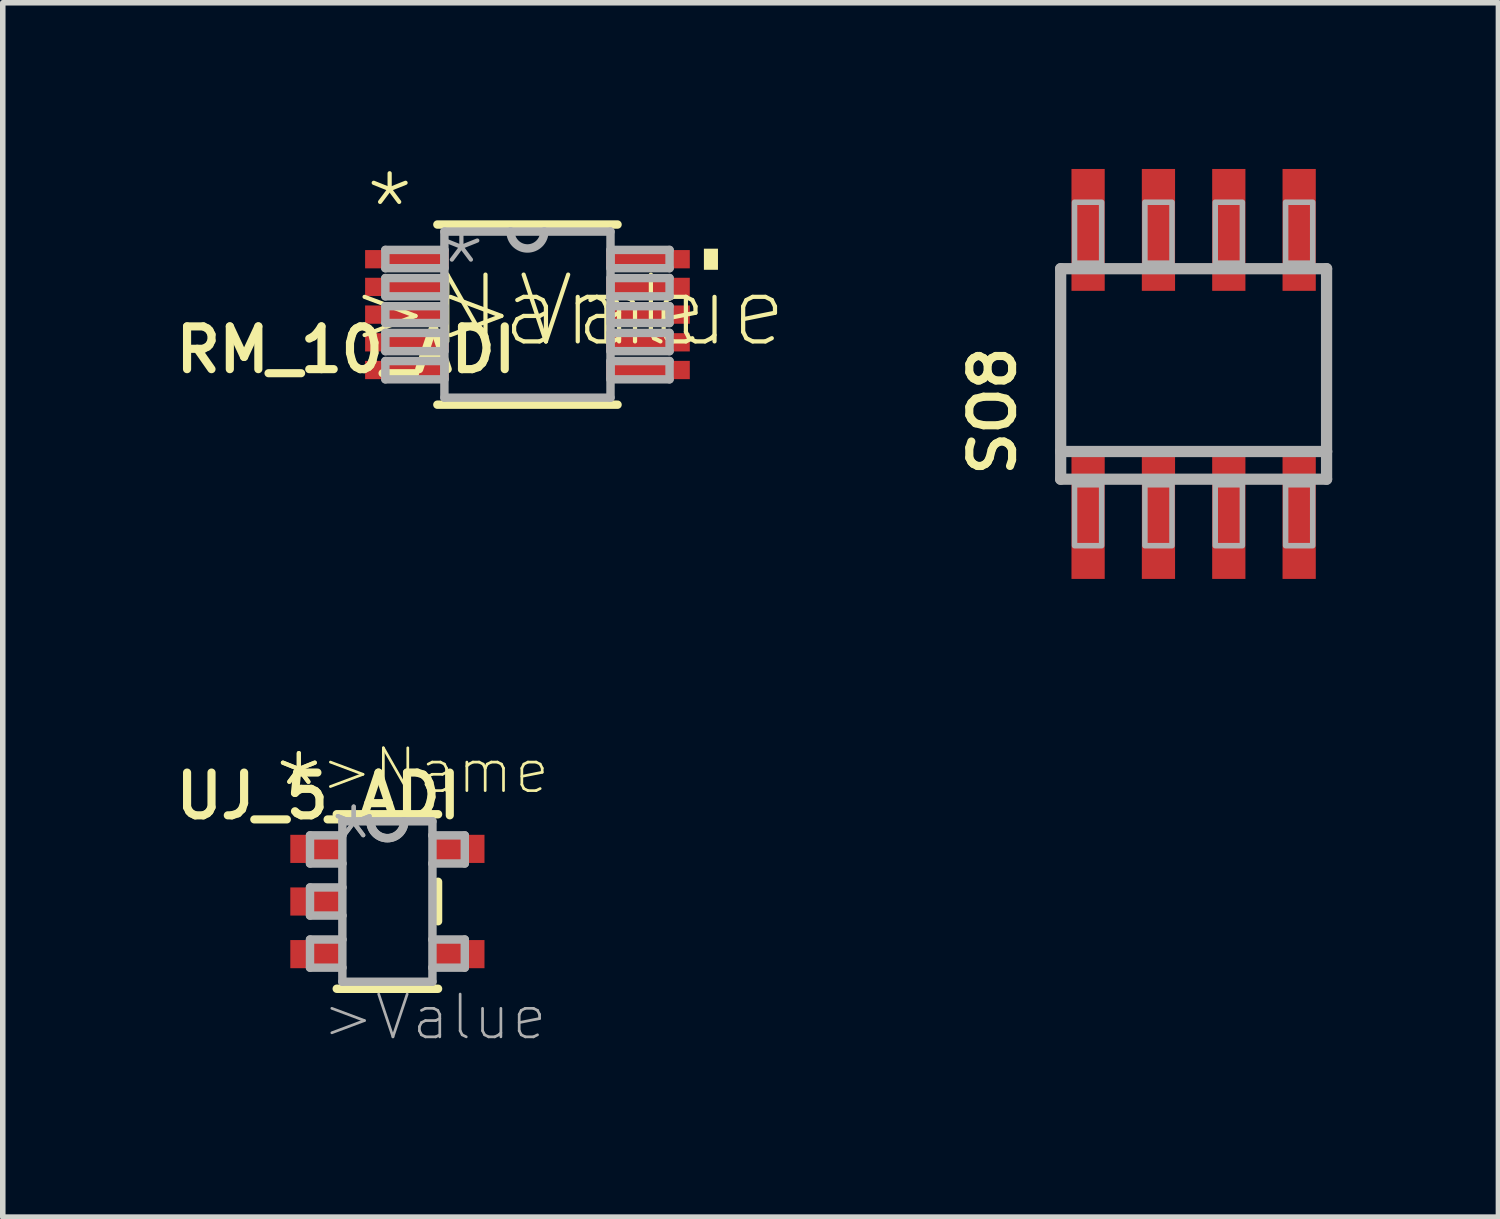
<source format=kicad_pcb>
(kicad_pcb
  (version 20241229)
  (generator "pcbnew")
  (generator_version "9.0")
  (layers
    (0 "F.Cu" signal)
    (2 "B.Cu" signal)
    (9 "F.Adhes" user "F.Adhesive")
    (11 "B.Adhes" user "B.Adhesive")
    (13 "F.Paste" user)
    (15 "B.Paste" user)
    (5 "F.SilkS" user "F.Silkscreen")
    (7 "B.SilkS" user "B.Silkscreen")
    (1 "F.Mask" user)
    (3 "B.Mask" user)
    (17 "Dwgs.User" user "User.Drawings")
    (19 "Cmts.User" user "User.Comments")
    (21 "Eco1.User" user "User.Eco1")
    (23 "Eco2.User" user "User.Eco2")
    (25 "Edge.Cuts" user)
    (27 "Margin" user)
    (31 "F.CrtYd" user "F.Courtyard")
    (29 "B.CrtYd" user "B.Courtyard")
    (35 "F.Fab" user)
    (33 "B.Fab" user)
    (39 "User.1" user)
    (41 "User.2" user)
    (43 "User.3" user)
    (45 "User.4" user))
  (footprint "UJ_5_ADI"
    (layer "F.Cu")
    (at 3.943 13.223)
    (property "Reference" "UJ_5_ADI" (at -1.245 -1.905 0) (layer "F.SilkS") (effects (font (size 0.772 0.772) (thickness 0.147))))
    (attr through_hole)
    (fp_line (start -0.914 1.575) (end 0.914 1.575) (stroke (width 0.152) (type solid)) (layer "F.SilkS"))
    (fp_line (start 0.914 -1.575) (end -0.914 -1.575) (stroke (width 0.152) (type solid)) (layer "F.SilkS"))
    (fp_line (start 0.914 0.356) (end 0.914 -0.356) (stroke (width 0.152) (type solid)) (layer "F.SilkS"))
    (fp_line (start -1.397 -1.194) (end -1.397 -0.686) (stroke (width 0.152) (type solid)) (layer "F.Fab"))
    (fp_line (start -1.397 -0.686) (end -0.813 -0.686) (stroke (width 0.152) (type solid)) (layer "F.Fab"))
    (fp_line (start -1.397 -0.254) (end -1.397 0.254) (stroke (width 0.152) (type solid)) (layer "F.Fab"))
    (fp_line (start -1.397 0.254) (end -0.813 0.254) (stroke (width 0.152) (type solid)) (layer "F.Fab"))
    (fp_line (start -1.397 0.686) (end -1.397 1.194) (stroke (width 0.152) (type solid)) (layer "F.Fab"))
    (fp_line (start -1.397 1.194) (end -0.813 1.194) (stroke (width 0.152) (type solid)) (layer "F.Fab"))
    (fp_line (start -0.813 -1.448) (end -0.813 -1.194) (stroke (width 0.152) (type solid)) (layer "F.Fab"))
    (fp_line (start -0.813 -1.194) (end -1.397 -1.194) (stroke (width 0.152) (type solid)) (layer "F.Fab"))
    (fp_line (start -0.813 -0.686) (end -0.813 -1.194) (stroke (width 0.152) (type solid)) (layer "F.Fab"))
    (fp_line (start -0.813 -0.686) (end -0.813 -0.254) (stroke (width 0.152) (type solid)) (layer "F.Fab"))
    (fp_line (start -0.813 -0.254) (end -1.397 -0.254) (stroke (width 0.152) (type solid)) (layer "F.Fab"))
    (fp_line (start -0.813 0.254) (end -0.813 -0.254) (stroke (width 0.152) (type solid)) (layer "F.Fab"))
    (fp_line (start -0.813 0.254) (end -0.813 0.686) (stroke (width 0.152) (type solid)) (layer "F.Fab"))
    (fp_line (start -0.813 0.686) (end -1.397 0.686) (stroke (width 0.152) (type solid)) (layer "F.Fab"))
    (fp_line (start -0.813 1.194) (end -0.813 0.686) (stroke (width 0.152) (type solid)) (layer "F.Fab"))
    (fp_line (start -0.813 1.448) (end -0.813 1.194) (stroke (width 0.152) (type solid)) (layer "F.Fab"))
    (fp_line (start -0.813 1.448) (end 0.813 1.448) (stroke (width 0.152) (type solid)) (layer "F.Fab"))
    (fp_line (start -0.305 -1.448) (end -0.813 -1.448) (stroke (width 0.152) (type solid)) (layer "F.Fab"))
    (fp_line (start 0.305 -1.448) (end -0.305 -1.448) (stroke (width 0.152) (type solid)) (layer "F.Fab"))
    (fp_line (start 0.813 -1.448) (end 0.305 -1.448) (stroke (width 0.152) (type solid)) (layer "F.Fab"))
    (fp_line (start 0.813 -1.448) (end 0.813 -1.194) (stroke (width 0.152) (type solid)) (layer "F.Fab"))
    (fp_line (start 0.813 -1.194) (end 0.813 -0.686) (stroke (width 0.152) (type solid)) (layer "F.Fab"))
    (fp_line (start 0.813 -0.686) (end 1.397 -0.686) (stroke (width 0.152) (type solid)) (layer "F.Fab"))
    (fp_line (start 0.813 0.686) (end 0.813 -0.686) (stroke (width 0.152) (type solid)) (layer "F.Fab"))
    (fp_line (start 0.813 0.686) (end 0.813 1.194) (stroke (width 0.152) (type solid)) (layer "F.Fab"))
    (fp_line (start 0.813 1.194) (end 1.397 1.194) (stroke (width 0.152) (type solid)) (layer "F.Fab"))
    (fp_line (start 0.813 1.448) (end 0.813 1.194) (stroke (width 0.152) (type solid)) (layer "F.Fab"))
    (fp_line (start 1.397 -1.194) (end 0.813 -1.194) (stroke (width 0.152) (type solid)) (layer "F.Fab"))
    (fp_line (start 1.397 -0.686) (end 1.397 -1.194) (stroke (width 0.152) (type solid)) (layer "F.Fab"))
    (fp_line (start 1.397 0.686) (end 0.813 0.686) (stroke (width 0.152) (type solid)) (layer "F.Fab"))
    (fp_line (start 1.397 1.194) (end 1.397 0.686) (stroke (width 0.152) (type solid)) (layer "F.Fab"))
    (fp_arc (start 0.3048 -1.4478) (mid 0 -1.143) (end -0.3048 -1.4478) (stroke (width 0.1524) (type solid)) (layer "F.Fab"))
    (fp_arc (start 0.3048 -1.4478) (mid 0 -1.143) (end -0.3048 -1.4478) (stroke (width 0.1524) (type solid)) (layer "F.Fab"))
    (fp_text user ">Name" (at -1.245 -1.905 0) (layer "F.SilkS") (effects (font (size 0.772 0.772) (thickness 0.049)) (justify left bottom)))
    (fp_text user "*" (at -2.108 -1.321 0) (layer "F.SilkS") (effects (font (size 1.206 1.206) (thickness 0.076)) (justify left bottom)))
    (fp_text user "*" (at -2.108 -1.321 0) (layer "F.SilkS") (effects (font (size 1.206 1.206) (thickness 0.076)) (justify left bottom)))
    (fp_text user "*" (at -1.118 -0.356 0) (layer "F.Fab") (effects (font (size 1.206 1.206) (thickness 0.076)) (justify left bottom)))
    (fp_text user "*" (at -1.118 -0.356 0) (layer "F.Fab") (effects (font (size 1.206 1.206) (thickness 0.076)) (justify left bottom)))
    (fp_text user ">Value" (at -1.219 2.54 0) (layer "F.Fab") (effects (font (size 0.772 0.772) (thickness 0.049)) (justify left bottom)))
    (pad "1" smd rect (at -1.276 -0.95) (size 0.953 0.508) (layers "F.Cu" "F.Mask" "F.Paste"))
    (pad "2" smd rect (at -1.276 0) (size 0.953 0.508) (layers "F.Cu" "F.Mask" "F.Paste"))
    (pad "3" smd rect (at -1.276 0.95) (size 0.953 0.508) (layers "F.Cu" "F.Mask" "F.Paste"))
    (pad "4" smd rect (at 1.276 0.95) (size 0.953 0.508) (layers "F.Cu" "F.Mask" "F.Paste"))
    (pad "5" smd rect (at 1.276 -0.95) (size 0.953 0.508) (layers "F.Cu" "F.Mask" "F.Paste")))
  (footprint "RM_10_ADI"
    (layer "F.Cu")
    (at 6.471 2.629)
    (property "Reference" "RM_10_ADI" (at -3.277 0.635 0) (layer "F.SilkS") (effects (font (size 0.772 0.772) (thickness 0.147))))
    (attr through_hole)
    (fp_line (start -1.626 1.626) (end 1.626 1.626) (stroke (width 0.152) (type solid)) (layer "F.SilkS"))
    (fp_line (start 1.626 -1.626) (end -1.626 -1.626) (stroke (width 0.152) (type solid)) (layer "F.SilkS"))
    (fp_poly (pts (xy 3.439 -1.19) (xy 3.439 -0.809) (xy 3.185 -0.809) (xy 3.185 -1.19)) (stroke (width 0) (type solid)) (fill yes) (layer "F.SilkS"))
    (fp_line (start -2.565 -1.168) (end -2.565 -0.838) (stroke (width 0.152) (type solid)) (layer "F.Fab"))
    (fp_line (start -2.565 -0.838) (end -1.499 -0.838) (stroke (width 0.152) (type solid)) (layer "F.Fab"))
    (fp_line (start -2.565 -0.66) (end -2.565 -0.33) (stroke (width 0.152) (type solid)) (layer "F.Fab"))
    (fp_line (start -2.565 -0.33) (end -1.499 -0.33) (stroke (width 0.152) (type solid)) (layer "F.Fab"))
    (fp_line (start -2.565 -0.152) (end -2.565 0.152) (stroke (width 0.152) (type solid)) (layer "F.Fab"))
    (fp_line (start -2.565 0.152) (end -1.499 0.152) (stroke (width 0.152) (type solid)) (layer "F.Fab"))
    (fp_line (start -2.565 0.33) (end -2.565 0.66) (stroke (width 0.152) (type solid)) (layer "F.Fab"))
    (fp_line (start -2.565 0.66) (end -1.499 0.66) (stroke (width 0.152) (type solid)) (layer "F.Fab"))
    (fp_line (start -2.565 0.838) (end -2.565 1.168) (stroke (width 0.152) (type solid)) (layer "F.Fab"))
    (fp_line (start -2.565 1.168) (end -1.499 1.168) (stroke (width 0.152) (type solid)) (layer "F.Fab"))
    (fp_line (start -1.499 -1.499) (end -1.499 1.499) (stroke (width 0.152) (type solid)) (layer "F.Fab"))
    (fp_line (start -1.499 -1.168) (end -2.565 -1.168) (stroke (width 0.152) (type solid)) (layer "F.Fab"))
    (fp_line (start -1.499 -0.838) (end -1.499 -1.168) (stroke (width 0.152) (type solid)) (layer "F.Fab"))
    (fp_line (start -1.499 -0.66) (end -2.565 -0.66) (stroke (width 0.152) (type solid)) (layer "F.Fab"))
    (fp_line (start -1.499 -0.33) (end -1.499 -0.66) (stroke (width 0.152) (type solid)) (layer "F.Fab"))
    (fp_line (start -1.499 -0.152) (end -2.565 -0.152) (stroke (width 0.152) (type solid)) (layer "F.Fab"))
    (fp_line (start -1.499 0.152) (end -1.499 -0.152) (stroke (width 0.152) (type solid)) (layer "F.Fab"))
    (fp_line (start -1.499 0.33) (end -2.565 0.33) (stroke (width 0.152) (type solid)) (layer "F.Fab"))
    (fp_line (start -1.499 0.66) (end -1.499 0.33) (stroke (width 0.152) (type solid)) (layer "F.Fab"))
    (fp_line (start -1.499 0.838) (end -2.565 0.838) (stroke (width 0.152) (type solid)) (layer "F.Fab"))
    (fp_line (start -1.499 1.168) (end -1.499 0.838) (stroke (width 0.152) (type solid)) (layer "F.Fab"))
    (fp_line (start -1.499 1.499) (end 1.499 1.499) (stroke (width 0.152) (type solid)) (layer "F.Fab"))
    (fp_line (start -0.305 -1.499) (end -1.499 -1.499) (stroke (width 0.152) (type solid)) (layer "F.Fab"))
    (fp_line (start 0.305 -1.499) (end -0.305 -1.499) (stroke (width 0.152) (type solid)) (layer "F.Fab"))
    (fp_line (start 1.499 -1.499) (end 0.305 -1.499) (stroke (width 0.152) (type solid)) (layer "F.Fab"))
    (fp_line (start 1.499 -1.168) (end 1.499 -0.838) (stroke (width 0.152) (type solid)) (layer "F.Fab"))
    (fp_line (start 1.499 -0.838) (end 2.565 -0.838) (stroke (width 0.152) (type solid)) (layer "F.Fab"))
    (fp_line (start 1.499 -0.66) (end 1.499 -0.33) (stroke (width 0.152) (type solid)) (layer "F.Fab"))
    (fp_line (start 1.499 -0.33) (end 2.565 -0.33) (stroke (width 0.152) (type solid)) (layer "F.Fab"))
    (fp_line (start 1.499 -0.152) (end 1.499 0.152) (stroke (width 0.152) (type solid)) (layer "F.Fab"))
    (fp_line (start 1.499 0.152) (end 2.565 0.152) (stroke (width 0.152) (type solid)) (layer "F.Fab"))
    (fp_line (start 1.499 0.33) (end 1.499 0.66) (stroke (width 0.152) (type solid)) (layer "F.Fab"))
    (fp_line (start 1.499 0.66) (end 2.565 0.66) (stroke (width 0.152) (type solid)) (layer "F.Fab"))
    (fp_line (start 1.499 0.838) (end 1.499 1.168) (stroke (width 0.152) (type solid)) (layer "F.Fab"))
    (fp_line (start 1.499 1.168) (end 2.565 1.168) (stroke (width 0.152) (type solid)) (layer "F.Fab"))
    (fp_line (start 1.499 1.499) (end 1.499 -1.499) (stroke (width 0.152) (type solid)) (layer "F.Fab"))
    (fp_line (start 2.565 -1.168) (end 1.499 -1.168) (stroke (width 0.152) (type solid)) (layer "F.Fab"))
    (fp_line (start 2.565 -0.838) (end 2.565 -1.168) (stroke (width 0.152) (type solid)) (layer "F.Fab"))
    (fp_line (start 2.565 -0.66) (end 1.499 -0.66) (stroke (width 0.152) (type solid)) (layer "F.Fab"))
    (fp_line (start 2.565 -0.33) (end 2.565 -0.66) (stroke (width 0.152) (type solid)) (layer "F.Fab"))
    (fp_line (start 2.565 -0.152) (end 1.499 -0.152) (stroke (width 0.152) (type solid)) (layer "F.Fab"))
    (fp_line (start 2.565 0.152) (end 2.565 -0.152) (stroke (width 0.152) (type solid)) (layer "F.Fab"))
    (fp_line (start 2.565 0.33) (end 1.499 0.33) (stroke (width 0.152) (type solid)) (layer "F.Fab"))
    (fp_line (start 2.565 0.66) (end 2.565 0.33) (stroke (width 0.152) (type solid)) (layer "F.Fab"))
    (fp_line (start 2.565 0.838) (end 1.499 0.838) (stroke (width 0.152) (type solid)) (layer "F.Fab"))
    (fp_line (start 2.565 1.168) (end 2.565 0.838) (stroke (width 0.152) (type solid)) (layer "F.Fab"))
    (fp_arc (start 0.3048 -1.4986) (mid 0 -1.1938) (end -0.3048 -1.4986) (stroke (width 0.1524) (type solid)) (layer "F.Fab"))
    (fp_text user ">Value" (at -1.727 0.635 0) (layer "F.SilkS") (effects (font (size 1.206 1.206) (thickness 0.076)) (justify left bottom)))
    (fp_text user ">Name" (at -3.277 0.635 0) (layer "F.SilkS") (effects (font (size 1.206 1.206) (thickness 0.076)) (justify left bottom)))
    (fp_text user "*" (at -2.997 -1.194 0) (layer "F.SilkS") (effects (font (size 1.206 1.206) (thickness 0.076)) (justify left bottom)))
    (fp_text user "*" (at -1.702 -0.152 0) (layer "F.Fab") (effects (font (size 1.206 1.206) (thickness 0.076)) (justify left bottom)))
    (pad "1" smd rect (at -2.175 -1) (size 1.511 0.33) (layers "F.Cu" "F.Mask" "F.Paste"))
    (pad "2" smd rect (at -2.175 -0.5) (size 1.511 0.33) (layers "F.Cu" "F.Mask" "F.Paste"))
    (pad "3" smd rect (at -2.175 0) (size 1.511 0.33) (layers "F.Cu" "F.Mask" "F.Paste"))
    (pad "4" smd rect (at -2.175 0.5) (size 1.511 0.33) (layers "F.Cu" "F.Mask" "F.Paste"))
    (pad "5" smd rect (at -2.175 1) (size 1.511 0.33) (layers "F.Cu" "F.Mask" "F.Paste"))
    (pad "6" smd rect (at 2.175 1) (size 1.511 0.33) (layers "F.Cu" "F.Mask" "F.Paste"))
    (pad "7" smd rect (at 2.175 0.5) (size 1.511 0.33) (layers "F.Cu" "F.Mask" "F.Paste"))
    (pad "8" smd rect (at 2.175 0) (size 1.511 0.33) (layers "F.Cu" "F.Mask" "F.Paste"))
    (pad "9" smd rect (at 2.175 -0.5) (size 1.511 0.33) (layers "F.Cu" "F.Mask" "F.Paste"))
    (pad "10" smd rect (at 2.175 -1) (size 1.511 0.33) (layers "F.Cu" "F.Mask" "F.Paste")))
  (footprint "SO8"
    (layer "F.Cu")
    (at 18.496 3.7)
    (property "Reference" "SO8" (at -3.175 1.905 90) (layer "F.SilkS") (effects (font (size 0.772 0.772) (thickness 0.147)) (justify left bottom)))
    (attr through_hole)
    (fp_line (start -2.4 -1.9) (end 2.4 -1.9) (stroke (width 0.203) (type solid)) (layer "F.Fab"))
    (fp_line (start -2.4 1.4) (end -2.4 -1.9) (stroke (width 0.203) (type solid)) (layer "F.Fab"))
    (fp_line (start -2.4 1.9) (end -2.4 1.4) (stroke (width 0.203) (type solid)) (layer "F.Fab"))
    (fp_line (start 2.4 -1.9) (end 2.4 1.4) (stroke (width 0.203) (type solid)) (layer "F.Fab"))
    (fp_line (start 2.4 1.4) (end -2.4 1.4) (stroke (width 0.203) (type solid)) (layer "F.Fab"))
    (fp_line (start 2.4 1.4) (end 2.4 1.9) (stroke (width 0.203) (type solid)) (layer "F.Fab"))
    (fp_line (start 2.4 1.9) (end -2.4 1.9) (stroke (width 0.203) (type solid)) (layer "F.Fab"))
    (fp_poly (pts (xy -2.15 -2) (xy -1.66 -2) (xy -1.66 -3.1) (xy -2.15 -3.1)) (stroke (width 0.1) (type solid)) (fill no) (layer "F.Fab"))
    (fp_poly (pts (xy -2.15 3.1) (xy -1.66 3.1) (xy -1.66 2) (xy -2.15 2)) (stroke (width 0.1) (type solid)) (fill no) (layer "F.Fab"))
    (fp_poly (pts (xy -0.88 -2) (xy -0.39 -2) (xy -0.39 -3.1) (xy -0.88 -3.1)) (stroke (width 0.1) (type solid)) (fill no) (layer "F.Fab"))
    (fp_poly (pts (xy -0.88 3.1) (xy -0.39 3.1) (xy -0.39 2) (xy -0.88 2)) (stroke (width 0.1) (type solid)) (fill no) (layer "F.Fab"))
    (fp_poly (pts (xy 0.39 -2) (xy 0.88 -2) (xy 0.88 -3.1) (xy 0.39 -3.1)) (stroke (width 0.1) (type solid)) (fill no) (layer "F.Fab"))
    (fp_poly (pts (xy 0.39 3.1) (xy 0.88 3.1) (xy 0.88 2) (xy 0.39 2)) (stroke (width 0.1) (type solid)) (fill no) (layer "F.Fab"))
    (fp_poly (pts (xy 1.66 -2) (xy 2.15 -2) (xy 2.15 -3.1) (xy 1.66 -3.1)) (stroke (width 0.1) (type solid)) (fill no) (layer "F.Fab"))
    (fp_poly (pts (xy 1.66 3.1) (xy 2.15 3.1) (xy 2.15 2) (xy 1.66 2)) (stroke (width 0.1) (type solid)) (fill no) (layer "F.Fab"))
    (pad "1" smd rect (at -1.905 2.6) (size 0.6 2.2) (layers "F.Cu" "F.Mask" "F.Paste"))
    (pad "2" smd rect (at -0.635 2.6) (size 0.6 2.2) (layers "F.Cu" "F.Mask" "F.Paste"))
    (pad "3" smd rect (at 0.635 2.6) (size 0.6 2.2) (layers "F.Cu" "F.Mask" "F.Paste"))
    (pad "4" smd rect (at 1.905 2.6) (size 0.6 2.2) (layers "F.Cu" "F.Mask" "F.Paste"))
    (pad "5" smd rect (at 1.905 -2.6) (size 0.6 2.2) (layers "F.Cu" "F.Mask" "F.Paste"))
    (pad "6" smd rect (at 0.635 -2.6) (size 0.6 2.2) (layers "F.Cu" "F.Mask" "F.Paste"))
    (pad "7" smd rect (at -0.635 -2.6) (size 0.6 2.2) (layers "F.Cu" "F.Mask" "F.Paste"))
    (pad "8" smd rect (at -1.905 -2.6) (size 0.6 2.2) (layers "F.Cu" "F.Mask" "F.Paste")))
  (gr_rect
    (start -3 -3)
    (end 23.998 18.92)
    (stroke (width 0.1) (type default))
    (fill no)
    (layer "Edge.Cuts")))
</source>
